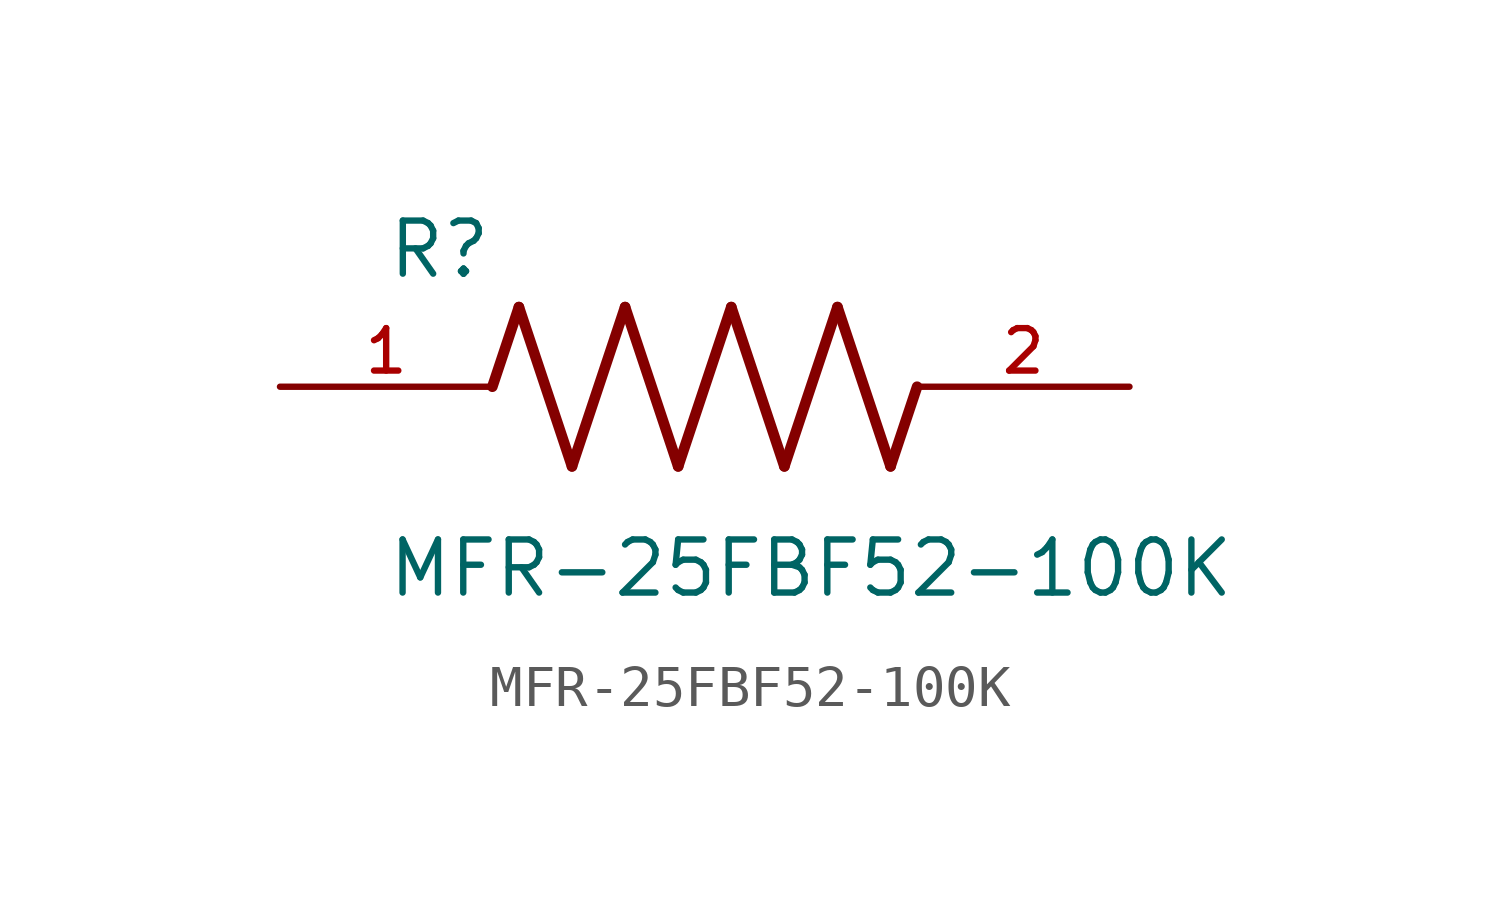
<source format=kicad_sym>
(kicad_symbol_lib
  (version 20211014)
  (generator kicad_symbol_editor)
  (symbol "MFR-25FBF52-100K"
    (pin_names
      (offset 1.016))
    (property "Reference" "R"
      (at -7.624 2.541 0)
      (effects (font (size 1.27 1.27)) (justify bottom left)))
    (property "Value" "MFR-25FBF52-100K"
      (at -7.63 -5.087 0)
      (effects (font (size 1.27 1.27)) (justify bottom left)))
    (symbol "MFR-25FBF52-100K_0_0"
      (polyline (pts (xy -5.08 0.0) (xy -4.445 1.905)) (stroke (width 0.254)))
      (polyline (pts (xy -4.445 1.905) (xy -3.175 -1.905)) (stroke (width 0.254)))
      (polyline (pts (xy -3.175 -1.905) (xy -1.905 1.905)) (stroke (width 0.254)))
      (polyline (pts (xy -1.905 1.905) (xy -0.635 -1.905)) (stroke (width 0.254)))
      (polyline (pts (xy -0.635 -1.905) (xy 0.635 1.905)) (stroke (width 0.254)))
      (polyline (pts (xy 0.635 1.905) (xy 1.905 -1.905)) (stroke (width 0.254)))
      (polyline (pts (xy 1.905 -1.905) (xy 3.175 1.905)) (stroke (width 0.254)))
      (polyline (pts (xy 3.175 1.905) (xy 4.445 -1.905)) (stroke (width 0.254)))
      (polyline (pts (xy 4.445 -1.905) (xy 5.08 0.0)) (stroke (width 0.254)))
      (pin passive line (at -10.16 0.0 0) (length 5.08) (name "~" (effects (font (size 1.016 1.016)))) (number "1" (effects (font (size 1.016 1.016)))))
      (pin passive line (at 10.16 0.0 180.0) (length 5.08) (name "~" (effects (font (size 1.016 1.016)))) (number "2" (effects (font (size 1.016 1.016))))))))
</source>
